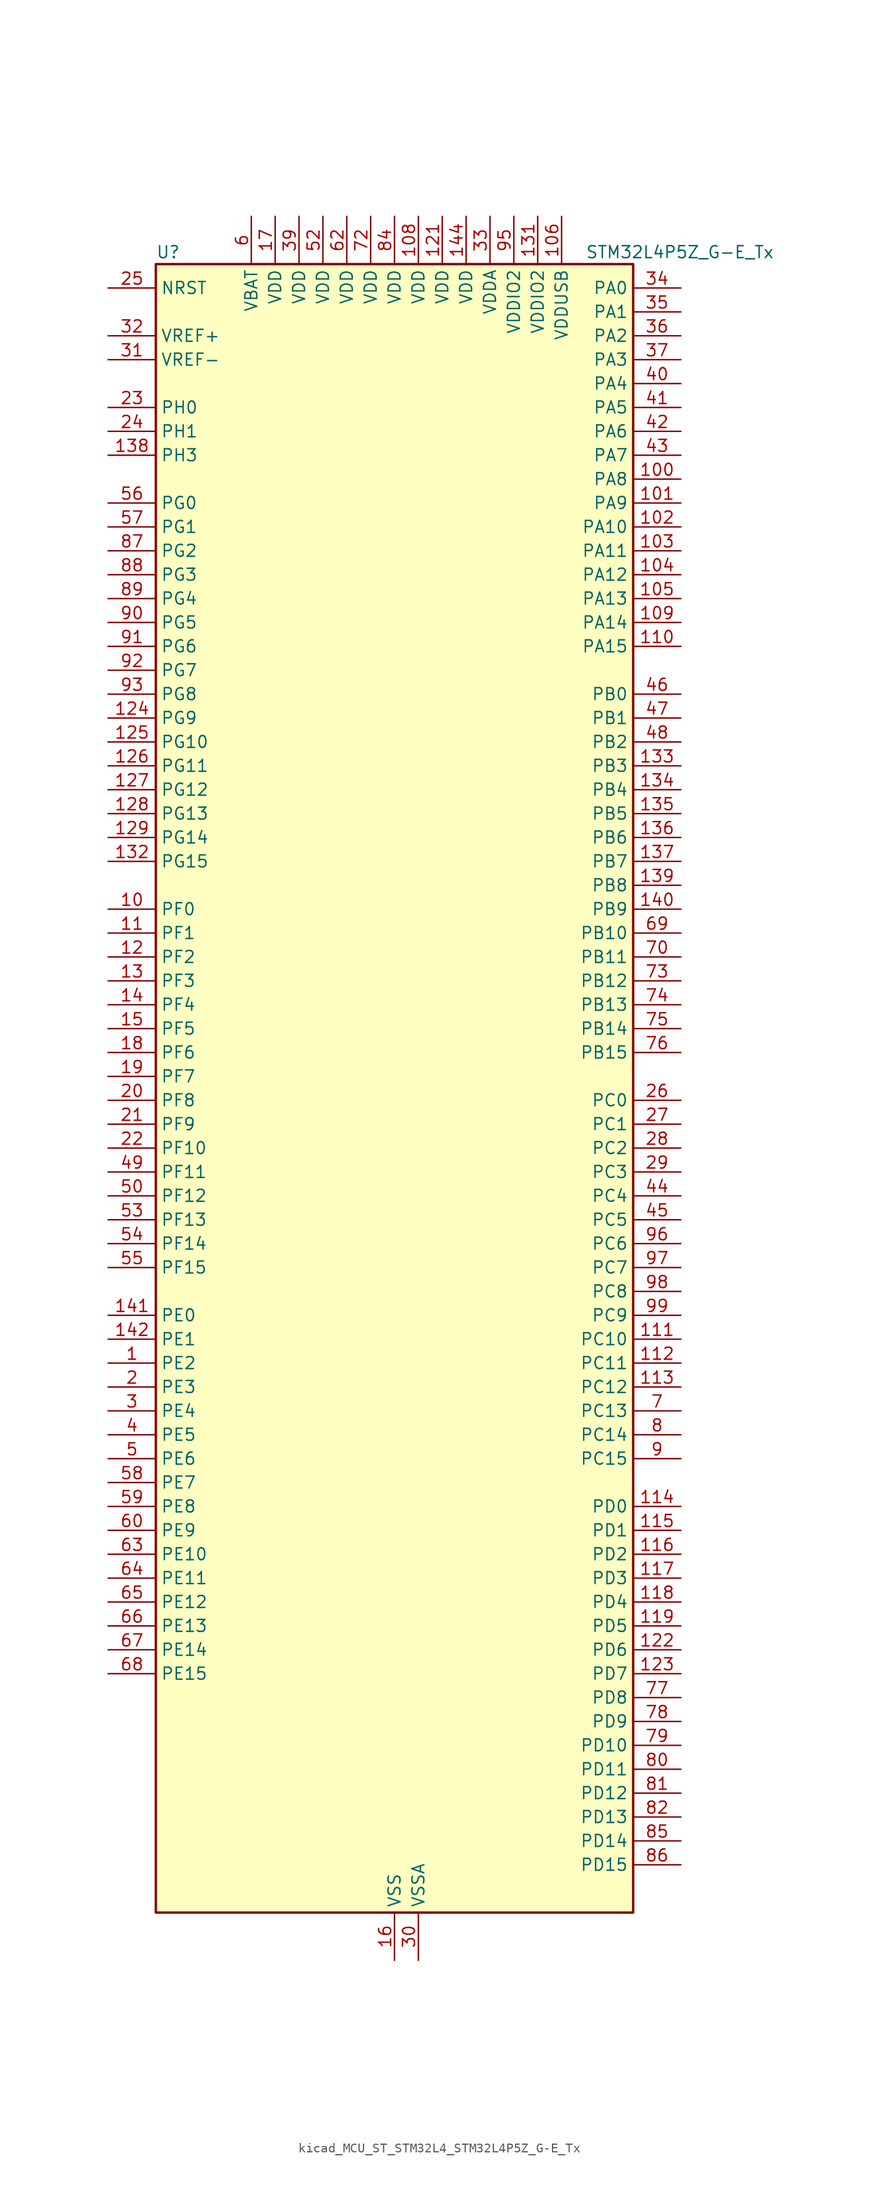
<source format=kicad_sym>
(kicad_symbol_lib
  (version 20220914)
  (generator kicad_symbol_editor)
  (symbol "kicad_MCU_ST_STM32L4_STM32L4P5Z_G-E_Tx"
    (property "Reference" "U"
      (at -25.4 90.17 0)
      (effects (font (size 1.27 1.27)) (justify left)))
    (property "Value" "STM32L4P5Z_G-E_Tx"
      (at 20.32 90.17 0)
      (effects (font (size 1.27 1.27)) (justify left)))
    (property "ki_locked" ""
      (at 0 0 0)
      (effects (font (size 1.27 1.27))))
    (symbol "kicad_MCU_ST_STM32L4_STM32L4P5Z_G-E_Tx_0_1"
      (rectangle (start -25.4 -86.36) (end 25.4 88.9) (stroke (width 0.254) (type default)) (fill (type background))))
    (symbol "kicad_MCU_ST_STM32L4_STM32L4P5Z_G-E_Tx_1_1"
      (pin bidirectional line (at -30.48 -27.94 0) (length 5.08) (name "PE2" (effects (font (size 1.27 1.27)))) (number "1" (effects (font (size 1.27 1.27)))) (alternate "FMC_A23" bidirectional line) (alternate "LTDC_R7" bidirectional line) (alternate "SAI1_CK1" bidirectional line) (alternate "SAI1_MCLK_A" bidirectional line) (alternate "SYS_TRACECLK" bidirectional line) (alternate "TIM3_ETR" bidirectional line) (alternate "TSC_G7_IO1" bidirectional line))
      (pin bidirectional line (at -30.48 20.32 0) (length 5.08) (name "PF0" (effects (font (size 1.27 1.27)))) (number "10" (effects (font (size 1.27 1.27)))) (alternate "FMC_A0" bidirectional line) (alternate "I2C2_SDA" bidirectional line) (alternate "OCTOSPIM_P2_IO0" bidirectional line))
      (pin bidirectional line (at 30.48 66.04 180) (length 5.08) (name "PA8" (effects (font (size 1.27 1.27)))) (number "100" (effects (font (size 1.27 1.27)))) (alternate "LPTIM2_OUT" bidirectional line) (alternate "LTDC_B7" bidirectional line) (alternate "RCC_MCO" bidirectional line) (alternate "SAI1_CK2" bidirectional line) (alternate "SAI1_SCK_A" bidirectional line) (alternate "TIM1_CH1" bidirectional line) (alternate "USART1_CK" bidirectional line) (alternate "USB_OTG_FS_SOF" bidirectional line))
      (pin bidirectional line (at 30.48 63.5 180) (length 5.08) (name "PA9" (effects (font (size 1.27 1.27)))) (number "101" (effects (font (size 1.27 1.27)))) (alternate "DAC1_EXTI9" bidirectional line) (alternate "DCMI_D0" bidirectional line) (alternate "LTDC_G7" bidirectional line) (alternate "PSSI_D0" bidirectional line) (alternate "SAI1_FS_A" bidirectional line) (alternate "SPI2_SCK" bidirectional line) (alternate "TIM15_BKIN" bidirectional line) (alternate "TIM1_CH2" bidirectional line) (alternate "USART1_TX" bidirectional line) (alternate "USB_OTG_FS_VBUS" bidirectional line))
      (pin bidirectional line (at 30.48 60.96 180) (length 5.08) (name "PA10" (effects (font (size 1.27 1.27)))) (number "102" (effects (font (size 1.27 1.27)))) (alternate "DCMI_D1" bidirectional line) (alternate "LTDC_G6" bidirectional line) (alternate "PSSI_D1" bidirectional line) (alternate "SAI1_D1" bidirectional line) (alternate "SAI1_SD_A" bidirectional line) (alternate "TIM17_BKIN" bidirectional line) (alternate "TIM1_CH3" bidirectional line) (alternate "USART1_RX" bidirectional line) (alternate "USB_OTG_FS_ID" bidirectional line))
      (pin bidirectional line (at 30.48 58.42 180) (length 5.08) (name "PA11" (effects (font (size 1.27 1.27)))) (number "103" (effects (font (size 1.27 1.27)))) (alternate "ADC1_EXTI11" bidirectional line) (alternate "ADC2_EXTI11" bidirectional line) (alternate "CAN1_RX" bidirectional line) (alternate "LTDC_DE" bidirectional line) (alternate "SPI1_MISO" bidirectional line) (alternate "TIM1_BKIN2" bidirectional line) (alternate "TIM1_CH4" bidirectional line) (alternate "USART1_CTS" bidirectional line) (alternate "USART1_NSS" bidirectional line) (alternate "USB_OTG_FS_DM" bidirectional line))
      (pin bidirectional line (at 30.48 55.88 180) (length 5.08) (name "PA12" (effects (font (size 1.27 1.27)))) (number "104" (effects (font (size 1.27 1.27)))) (alternate "CAN1_TX" bidirectional line) (alternate "LTDC_VSYNC" bidirectional line) (alternate "OCTOSPIM_P2_NCS" bidirectional line) (alternate "SPI1_MOSI" bidirectional line) (alternate "TIM1_ETR" bidirectional line) (alternate "USART1_DE" bidirectional line) (alternate "USART1_RTS" bidirectional line) (alternate "USB_OTG_FS_DP" bidirectional line))
      (pin bidirectional line (at 30.48 53.34 180) (length 5.08) (name "PA13" (effects (font (size 1.27 1.27)))) (number "105" (effects (font (size 1.27 1.27)))) (alternate "IR_OUT" bidirectional line) (alternate "SAI1_SD_B" bidirectional line) (alternate "SYS_JTMS-SWDIO" bidirectional line) (alternate "USB_OTG_FS_NOE" bidirectional line))
      (pin power_in line (at 17.78 93.98 270) (length 5.08) (name "VDDUSB" (effects (font (size 1.27 1.27)))) (number "106" (effects (font (size 1.27 1.27)))))
      (pin passive line (at 0 -91.44 90) (length 5.08) hide (name "VSS" (effects (font (size 1.27 1.27)))) (number "107" (effects (font (size 1.27 1.27)))))
      (pin power_in line (at 2.54 93.98 270) (length 5.08) (name "VDD" (effects (font (size 1.27 1.27)))) (number "108" (effects (font (size 1.27 1.27)))))
      (pin bidirectional line (at 30.48 50.8 180) (length 5.08) (name "PA14" (effects (font (size 1.27 1.27)))) (number "109" (effects (font (size 1.27 1.27)))) (alternate "I2C1_SMBA" bidirectional line) (alternate "I2C4_SMBA" bidirectional line) (alternate "LPTIM1_OUT" bidirectional line) (alternate "SAI1_FS_B" bidirectional line) (alternate "SYS_JTCK-SWCLK" bidirectional line) (alternate "USB_OTG_FS_SOF" bidirectional line))
      (pin bidirectional line (at -30.48 17.78 0) (length 5.08) (name "PF1" (effects (font (size 1.27 1.27)))) (number "11" (effects (font (size 1.27 1.27)))) (alternate "FMC_A1" bidirectional line) (alternate "I2C2_SCL" bidirectional line) (alternate "OCTOSPIM_P2_IO1" bidirectional line))
      (pin bidirectional line (at 30.48 48.26 180) (length 5.08) (name "PA15" (effects (font (size 1.27 1.27)))) (number "110" (effects (font (size 1.27 1.27)))) (alternate "ADC1_EXTI15" bidirectional line) (alternate "ADC2_EXTI15" bidirectional line) (alternate "LTDC_HSYNC" bidirectional line) (alternate "SAI2_FS_B" bidirectional line) (alternate "SPI1_NSS" bidirectional line) (alternate "SPI3_NSS" bidirectional line) (alternate "SYS_JTDI" bidirectional line) (alternate "TIM2_CH1" bidirectional line) (alternate "TIM2_ETR" bidirectional line) (alternate "TSC_G3_IO1" bidirectional line) (alternate "UART4_DE" bidirectional line) (alternate "UART4_RTS" bidirectional line) (alternate "USART2_RX" bidirectional line) (alternate "USART3_DE" bidirectional line) (alternate "USART3_RTS" bidirectional line))
      (pin bidirectional line (at 30.48 -25.4 180) (length 5.08) (name "PC10" (effects (font (size 1.27 1.27)))) (number "111" (effects (font (size 1.27 1.27)))) (alternate "DCMI_D8" bidirectional line) (alternate "DCMI_VSYNC" bidirectional line) (alternate "PSSI_D8" bidirectional line) (alternate "PSSI_RDY" bidirectional line) (alternate "SAI2_SCK_B" bidirectional line) (alternate "SDMMC1_D2" bidirectional line) (alternate "SPI3_SCK" bidirectional line) (alternate "SYS_TRACED1" bidirectional line) (alternate "TSC_G3_IO2" bidirectional line) (alternate "UART4_TX" bidirectional line) (alternate "USART3_TX" bidirectional line))
      (pin bidirectional line (at 30.48 -27.94 180) (length 5.08) (name "PC11" (effects (font (size 1.27 1.27)))) (number "112" (effects (font (size 1.27 1.27)))) (alternate "ADC1_EXTI11" bidirectional line) (alternate "ADC2_EXTI11" bidirectional line) (alternate "DCMI_D2" bidirectional line) (alternate "DCMI_D4" bidirectional line) (alternate "OCTOSPIM_P1_NCS" bidirectional line) (alternate "PSSI_D2" bidirectional line) (alternate "PSSI_D4" bidirectional line) (alternate "SAI2_MCLK_B" bidirectional line) (alternate "SDMMC1_D3" bidirectional line) (alternate "SPI3_MISO" bidirectional line) (alternate "TSC_G3_IO3" bidirectional line) (alternate "UART4_RX" bidirectional line) (alternate "USART3_RX" bidirectional line))
      (pin bidirectional line (at 30.48 -30.48 180) (length 5.08) (name "PC12" (effects (font (size 1.27 1.27)))) (number "113" (effects (font (size 1.27 1.27)))) (alternate "DCMI_D9" bidirectional line) (alternate "LTDC_R6" bidirectional line) (alternate "PSSI_D9" bidirectional line) (alternate "SAI2_SD_B" bidirectional line) (alternate "SDMMC1_CK" bidirectional line) (alternate "SPI3_MOSI" bidirectional line) (alternate "SYS_TRACED3" bidirectional line) (alternate "TSC_G3_IO4" bidirectional line) (alternate "UART5_TX" bidirectional line) (alternate "USART3_CK" bidirectional line))
      (pin bidirectional line (at 30.48 -43.18 180) (length 5.08) (name "PD0" (effects (font (size 1.27 1.27)))) (number "114" (effects (font (size 1.27 1.27)))) (alternate "CAN1_RX" bidirectional line) (alternate "FMC_D2" bidirectional line) (alternate "FMC_DA2" bidirectional line) (alternate "LTDC_B4" bidirectional line) (alternate "SPI2_NSS" bidirectional line))
      (pin bidirectional line (at 30.48 -45.72 180) (length 5.08) (name "PD1" (effects (font (size 1.27 1.27)))) (number "115" (effects (font (size 1.27 1.27)))) (alternate "CAN1_TX" bidirectional line) (alternate "FMC_D3" bidirectional line) (alternate "FMC_DA3" bidirectional line) (alternate "LTDC_B5" bidirectional line) (alternate "SPI2_SCK" bidirectional line))
      (pin bidirectional line (at 30.48 -48.26 180) (length 5.08) (name "PD2" (effects (font (size 1.27 1.27)))) (number "116" (effects (font (size 1.27 1.27)))) (alternate "DCMI_D11" bidirectional line) (alternate "PSSI_D11" bidirectional line) (alternate "SDMMC1_CMD" bidirectional line) (alternate "SYS_TRACED2" bidirectional line) (alternate "TIM3_ETR" bidirectional line) (alternate "TSC_SYNC" bidirectional line) (alternate "UART5_RX" bidirectional line) (alternate "USART3_DE" bidirectional line) (alternate "USART3_RTS" bidirectional line))
      (pin bidirectional line (at 30.48 -50.8 180) (length 5.08) (name "PD3" (effects (font (size 1.27 1.27)))) (number "117" (effects (font (size 1.27 1.27)))) (alternate "DCMI_D5" bidirectional line) (alternate "DFSDM1_DATIN0" bidirectional line) (alternate "FMC_CLK" bidirectional line) (alternate "LTDC_CLK" bidirectional line) (alternate "OCTOSPIM_P2_NCS" bidirectional line) (alternate "PSSI_D5" bidirectional line) (alternate "SPI2_MISO" bidirectional line) (alternate "SPI2_SCK" bidirectional line) (alternate "USART2_CTS" bidirectional line) (alternate "USART2_NSS" bidirectional line))
      (pin bidirectional line (at 30.48 -53.34 180) (length 5.08) (name "PD4" (effects (font (size 1.27 1.27)))) (number "118" (effects (font (size 1.27 1.27)))) (alternate "DFSDM1_CKIN0" bidirectional line) (alternate "FMC_NOE" bidirectional line) (alternate "OCTOSPIM_P1_IO4" bidirectional line) (alternate "SDMMC2_CKIN" bidirectional line) (alternate "SPI2_MOSI" bidirectional line) (alternate "USART2_DE" bidirectional line) (alternate "USART2_RTS" bidirectional line))
      (pin bidirectional line (at 30.48 -55.88 180) (length 5.08) (name "PD5" (effects (font (size 1.27 1.27)))) (number "119" (effects (font (size 1.27 1.27)))) (alternate "FMC_NWE" bidirectional line) (alternate "OCTOSPIM_P1_IO5" bidirectional line) (alternate "USART2_TX" bidirectional line))
      (pin bidirectional line (at -30.48 15.24 0) (length 5.08) (name "PF2" (effects (font (size 1.27 1.27)))) (number "12" (effects (font (size 1.27 1.27)))) (alternate "FMC_A2" bidirectional line) (alternate "I2C2_SMBA" bidirectional line) (alternate "OCTOSPIM_P2_IO2" bidirectional line))
      (pin passive line (at 0 -91.44 90) (length 5.08) hide (name "VSS" (effects (font (size 1.27 1.27)))) (number "120" (effects (font (size 1.27 1.27)))))
      (pin power_in line (at 5.08 93.98 270) (length 5.08) (name "VDD" (effects (font (size 1.27 1.27)))) (number "121" (effects (font (size 1.27 1.27)))))
      (pin bidirectional line (at 30.48 -58.42 180) (length 5.08) (name "PD6" (effects (font (size 1.27 1.27)))) (number "122" (effects (font (size 1.27 1.27)))) (alternate "DCMI_D10" bidirectional line) (alternate "DFSDM1_DATIN1" bidirectional line) (alternate "FMC_NWAIT" bidirectional line) (alternate "LTDC_DE" bidirectional line) (alternate "OCTOSPIM_P1_IO6" bidirectional line) (alternate "PSSI_D10" bidirectional line) (alternate "SAI1_D1" bidirectional line) (alternate "SAI1_SD_A" bidirectional line) (alternate "SDMMC2_CK" bidirectional line) (alternate "SPI3_MOSI" bidirectional line) (alternate "USART2_RX" bidirectional line))
      (pin bidirectional line (at 30.48 -60.96 180) (length 5.08) (name "PD7" (effects (font (size 1.27 1.27)))) (number "123" (effects (font (size 1.27 1.27)))) (alternate "DFSDM1_CKIN1" bidirectional line) (alternate "FMC_NCE" bidirectional line) (alternate "FMC_NE1" bidirectional line) (alternate "OCTOSPIM_P1_IO7" bidirectional line) (alternate "SDMMC2_CMD" bidirectional line) (alternate "USART2_CK" bidirectional line))
      (pin bidirectional line (at -30.48 40.64 0) (length 5.08) (name "PG9" (effects (font (size 1.27 1.27)))) (number "124" (effects (font (size 1.27 1.27)))) (alternate "DAC1_EXTI9" bidirectional line) (alternate "FMC_NCE" bidirectional line) (alternate "FMC_NE2" bidirectional line) (alternate "OCTOSPIM_P2_IO6" bidirectional line) (alternate "SAI2_SCK_A" bidirectional line) (alternate "SDMMC2_D0" bidirectional line) (alternate "SPI3_SCK" bidirectional line) (alternate "TIM15_CH1N" bidirectional line) (alternate "USART1_TX" bidirectional line))
      (pin bidirectional line (at -30.48 38.1 0) (length 5.08) (name "PG10" (effects (font (size 1.27 1.27)))) (number "125" (effects (font (size 1.27 1.27)))) (alternate "FMC_NE3" bidirectional line) (alternate "LPTIM1_IN1" bidirectional line) (alternate "OCTOSPIM_P2_IO7" bidirectional line) (alternate "SAI2_FS_A" bidirectional line) (alternate "SDMMC2_D1" bidirectional line) (alternate "SPI3_MISO" bidirectional line) (alternate "TIM15_CH1" bidirectional line) (alternate "USART1_RX" bidirectional line))
      (pin bidirectional line (at -30.48 35.56 0) (length 5.08) (name "PG11" (effects (font (size 1.27 1.27)))) (number "126" (effects (font (size 1.27 1.27)))) (alternate "ADC1_EXTI11" bidirectional line) (alternate "ADC2_EXTI11" bidirectional line) (alternate "LPTIM1_IN2" bidirectional line) (alternate "OCTOSPIM_P1_IO5" bidirectional line) (alternate "SAI2_MCLK_A" bidirectional line) (alternate "SDMMC2_D2" bidirectional line) (alternate "SPI3_MOSI" bidirectional line) (alternate "TIM15_CH2" bidirectional line) (alternate "USART1_CTS" bidirectional line) (alternate "USART1_NSS" bidirectional line))
      (pin bidirectional line (at -30.48 33.02 0) (length 5.08) (name "PG12" (effects (font (size 1.27 1.27)))) (number "127" (effects (font (size 1.27 1.27)))) (alternate "FMC_NE4" bidirectional line) (alternate "LPTIM1_ETR" bidirectional line) (alternate "OCTOSPIM_P2_NCS" bidirectional line) (alternate "SAI2_SD_A" bidirectional line) (alternate "SDMMC2_D3" bidirectional line) (alternate "SPI3_NSS" bidirectional line) (alternate "USART1_DE" bidirectional line) (alternate "USART1_RTS" bidirectional line))
      (pin bidirectional line (at -30.48 30.48 0) (length 5.08) (name "PG13" (effects (font (size 1.27 1.27)))) (number "128" (effects (font (size 1.27 1.27)))) (alternate "FMC_A24" bidirectional line) (alternate "I2C1_SDA" bidirectional line) (alternate "LTDC_R0" bidirectional line) (alternate "USART1_CK" bidirectional line))
      (pin bidirectional line (at -30.48 27.94 0) (length 5.08) (name "PG14" (effects (font (size 1.27 1.27)))) (number "129" (effects (font (size 1.27 1.27)))) (alternate "FMC_A25" bidirectional line) (alternate "I2C1_SCL" bidirectional line) (alternate "LTDC_R1" bidirectional line))
      (pin bidirectional line (at -30.48 12.7 0) (length 5.08) (name "PF3" (effects (font (size 1.27 1.27)))) (number "13" (effects (font (size 1.27 1.27)))) (alternate "FMC_A3" bidirectional line) (alternate "OCTOSPIM_P2_IO3" bidirectional line))
      (pin passive line (at 0 -91.44 90) (length 5.08) hide (name "VSS" (effects (font (size 1.27 1.27)))) (number "130" (effects (font (size 1.27 1.27)))))
      (pin power_in line (at 15.24 93.98 270) (length 5.08) (name "VDDIO2" (effects (font (size 1.27 1.27)))) (number "131" (effects (font (size 1.27 1.27)))))
      (pin bidirectional line (at -30.48 25.4 0) (length 5.08) (name "PG15" (effects (font (size 1.27 1.27)))) (number "132" (effects (font (size 1.27 1.27)))) (alternate "ADC1_EXTI15" bidirectional line) (alternate "ADC2_EXTI15" bidirectional line) (alternate "DCMI_D13" bidirectional line) (alternate "I2C1_SMBA" bidirectional line) (alternate "LPTIM1_OUT" bidirectional line) (alternate "OCTOSPIM_P2_DQS" bidirectional line) (alternate "PSSI_D13" bidirectional line))
      (pin bidirectional line (at 30.48 35.56 180) (length 5.08) (name "PB3" (effects (font (size 1.27 1.27)))) (number "133" (effects (font (size 1.27 1.27)))) (alternate "COMP2_INM" bidirectional line) (alternate "CRS_SYNC" bidirectional line) (alternate "OCTOSPIM_P1_IO4" bidirectional line) (alternate "SAI1_SCK_B" bidirectional line) (alternate "SDMMC2_D2" bidirectional line) (alternate "SPI1_SCK" bidirectional line) (alternate "SPI3_SCK" bidirectional line) (alternate "SYS_JTDO-SWO" bidirectional line) (alternate "TIM2_CH2" bidirectional line) (alternate "USART1_DE" bidirectional line) (alternate "USART1_RTS" bidirectional line))
      (pin bidirectional line (at 30.48 33.02 180) (length 5.08) (name "PB4" (effects (font (size 1.27 1.27)))) (number "134" (effects (font (size 1.27 1.27)))) (alternate "COMP2_INP" bidirectional line) (alternate "DCMI_D12" bidirectional line) (alternate "I2C3_SDA" bidirectional line) (alternate "OCTOSPIM_P1_IO5" bidirectional line) (alternate "PSSI_D12" bidirectional line) (alternate "SAI1_MCLK_B" bidirectional line) (alternate "SDMMC2_D3" bidirectional line) (alternate "SPI1_MISO" bidirectional line) (alternate "SPI3_MISO" bidirectional line) (alternate "SYS_JTRST" bidirectional line) (alternate "TIM17_BKIN" bidirectional line) (alternate "TIM3_CH1" bidirectional line) (alternate "TSC_G2_IO1" bidirectional line) (alternate "UART5_DE" bidirectional line) (alternate "UART5_RTS" bidirectional line) (alternate "USART1_CTS" bidirectional line) (alternate "USART1_NSS" bidirectional line))
      (pin bidirectional line (at 30.48 30.48 180) (length 5.08) (name "PB5" (effects (font (size 1.27 1.27)))) (number "135" (effects (font (size 1.27 1.27)))) (alternate "COMP2_OUT" bidirectional line) (alternate "DCMI_D10" bidirectional line) (alternate "I2C1_SMBA" bidirectional line) (alternate "LPTIM1_IN1" bidirectional line) (alternate "OCTOSPIM_P1_IO0" bidirectional line) (alternate "PSSI_D10" bidirectional line) (alternate "SAI1_SD_B" bidirectional line) (alternate "SPI1_MOSI" bidirectional line) (alternate "SPI3_MOSI" bidirectional line) (alternate "TIM16_BKIN" bidirectional line) (alternate "TIM3_CH2" bidirectional line) (alternate "TSC_G2_IO2" bidirectional line) (alternate "UART5_CTS" bidirectional line) (alternate "USART1_CK" bidirectional line))
      (pin bidirectional line (at 30.48 27.94 180) (length 5.08) (name "PB6" (effects (font (size 1.27 1.27)))) (number "136" (effects (font (size 1.27 1.27)))) (alternate "COMP2_INP" bidirectional line) (alternate "DCMI_D5" bidirectional line) (alternate "I2C1_SCL" bidirectional line) (alternate "I2C4_SCL" bidirectional line) (alternate "LPTIM1_ETR" bidirectional line) (alternate "LTDC_R6" bidirectional line) (alternate "PSSI_D5" bidirectional line) (alternate "SAI1_FS_B" bidirectional line) (alternate "TIM16_CH1N" bidirectional line) (alternate "TIM4_CH1" bidirectional line) (alternate "TIM8_BKIN2" bidirectional line) (alternate "TSC_G2_IO3" bidirectional line) (alternate "USART1_TX" bidirectional line))
      (pin bidirectional line (at 30.48 25.4 180) (length 5.08) (name "PB7" (effects (font (size 1.27 1.27)))) (number "137" (effects (font (size 1.27 1.27)))) (alternate "COMP2_INM" bidirectional line) (alternate "DCMI_VSYNC" bidirectional line) (alternate "FMC_NL" bidirectional line) (alternate "I2C1_SDA" bidirectional line) (alternate "I2C4_SDA" bidirectional line) (alternate "LPTIM1_IN2" bidirectional line) (alternate "LTDC_VSYNC" bidirectional line) (alternate "PSSI_RDY" bidirectional line) (alternate "SYS_PVD_IN" bidirectional line) (alternate "TIM17_CH1N" bidirectional line) (alternate "TIM4_CH2" bidirectional line) (alternate "TIM8_BKIN" bidirectional line) (alternate "TSC_G2_IO4" bidirectional line) (alternate "UART4_CTS" bidirectional line) (alternate "USART1_RX" bidirectional line))
      (pin bidirectional line (at -30.48 68.58 0) (length 5.08) (name "PH3" (effects (font (size 1.27 1.27)))) (number "138" (effects (font (size 1.27 1.27)))))
      (pin bidirectional line (at 30.48 22.86 180) (length 5.08) (name "PB8" (effects (font (size 1.27 1.27)))) (number "139" (effects (font (size 1.27 1.27)))) (alternate "CAN1_RX" bidirectional line) (alternate "DCMI_D6" bidirectional line) (alternate "DFSDM1_CKOUT" bidirectional line) (alternate "I2C1_SCL" bidirectional line) (alternate "LTDC_DE" bidirectional line) (alternate "PSSI_D6" bidirectional line) (alternate "SAI1_CK1" bidirectional line) (alternate "SAI1_MCLK_A" bidirectional line) (alternate "SDMMC1_CKIN" bidirectional line) (alternate "SDMMC1_D4" bidirectional line) (alternate "SDMMC2_D4" bidirectional line) (alternate "TIM16_CH1" bidirectional line) (alternate "TIM4_CH3" bidirectional line))
      (pin bidirectional line (at -30.48 10.16 0) (length 5.08) (name "PF4" (effects (font (size 1.27 1.27)))) (number "14" (effects (font (size 1.27 1.27)))) (alternate "FMC_A4" bidirectional line) (alternate "OCTOSPIM_P2_CLK" bidirectional line))
      (pin bidirectional line (at 30.48 20.32 180) (length 5.08) (name "PB9" (effects (font (size 1.27 1.27)))) (number "140" (effects (font (size 1.27 1.27)))) (alternate "CAN1_TX" bidirectional line) (alternate "DAC1_EXTI9" bidirectional line) (alternate "DCMI_D7" bidirectional line) (alternate "I2C1_SDA" bidirectional line) (alternate "IR_OUT" bidirectional line) (alternate "PSSI_D7" bidirectional line) (alternate "SAI1_D2" bidirectional line) (alternate "SAI1_FS_A" bidirectional line) (alternate "SDMMC1_CDIR" bidirectional line) (alternate "SDMMC1_D5" bidirectional line) (alternate "SDMMC2_D5" bidirectional line) (alternate "SPI2_NSS" bidirectional line) (alternate "TIM17_CH1" bidirectional line) (alternate "TIM4_CH4" bidirectional line))
      (pin bidirectional line (at -30.48 -22.86 0) (length 5.08) (name "PE0" (effects (font (size 1.27 1.27)))) (number "141" (effects (font (size 1.27 1.27)))) (alternate "DCMI_D2" bidirectional line) (alternate "FMC_NBL0" bidirectional line) (alternate "LTDC_HSYNC" bidirectional line) (alternate "PSSI_D2" bidirectional line) (alternate "TIM16_CH1" bidirectional line) (alternate "TIM4_ETR" bidirectional line))
      (pin bidirectional line (at -30.48 -25.4 0) (length 5.08) (name "PE1" (effects (font (size 1.27 1.27)))) (number "142" (effects (font (size 1.27 1.27)))) (alternate "DCMI_D3" bidirectional line) (alternate "FMC_NBL1" bidirectional line) (alternate "LTDC_VSYNC" bidirectional line) (alternate "PSSI_D3" bidirectional line) (alternate "TIM17_CH1" bidirectional line))
      (pin passive line (at 0 -91.44 90) (length 5.08) hide (name "VSS" (effects (font (size 1.27 1.27)))) (number "143" (effects (font (size 1.27 1.27)))))
      (pin power_in line (at 7.62 93.98 270) (length 5.08) (name "VDD" (effects (font (size 1.27 1.27)))) (number "144" (effects (font (size 1.27 1.27)))))
      (pin bidirectional line (at -30.48 7.62 0) (length 5.08) (name "PF5" (effects (font (size 1.27 1.27)))) (number "15" (effects (font (size 1.27 1.27)))) (alternate "FMC_A5" bidirectional line) (alternate "OCTOSPIM_P2_NCLK" bidirectional line))
      (pin power_in line (at 0 -91.44 90) (length 5.08) (name "VSS" (effects (font (size 1.27 1.27)))) (number "16" (effects (font (size 1.27 1.27)))))
      (pin power_in line (at -12.7 93.98 270) (length 5.08) (name "VDD" (effects (font (size 1.27 1.27)))) (number "17" (effects (font (size 1.27 1.27)))))
      (pin bidirectional line (at -30.48 5.08 0) (length 5.08) (name "PF6" (effects (font (size 1.27 1.27)))) (number "18" (effects (font (size 1.27 1.27)))) (alternate "OCTOSPIM_P1_IO3" bidirectional line) (alternate "SAI1_SD_B" bidirectional line) (alternate "TIM5_CH1" bidirectional line) (alternate "TIM5_ETR" bidirectional line))
      (pin bidirectional line (at -30.48 2.54 0) (length 5.08) (name "PF7" (effects (font (size 1.27 1.27)))) (number "19" (effects (font (size 1.27 1.27)))) (alternate "OCTOSPIM_P1_IO2" bidirectional line) (alternate "SAI1_MCLK_B" bidirectional line) (alternate "TIM5_CH2" bidirectional line))
      (pin bidirectional line (at -30.48 -30.48 0) (length 5.08) (name "PE3" (effects (font (size 1.27 1.27)))) (number "2" (effects (font (size 1.27 1.27)))) (alternate "FMC_A19" bidirectional line) (alternate "LTDC_R6" bidirectional line) (alternate "OCTOSPIM_P1_DQS" bidirectional line) (alternate "SAI1_SD_B" bidirectional line) (alternate "SYS_TRACED0" bidirectional line) (alternate "TIM3_CH1" bidirectional line) (alternate "TSC_G7_IO2" bidirectional line))
      (pin bidirectional line (at -30.48 0 0) (length 5.08) (name "PF8" (effects (font (size 1.27 1.27)))) (number "20" (effects (font (size 1.27 1.27)))) (alternate "OCTOSPIM_P1_IO0" bidirectional line) (alternate "SAI1_SCK_B" bidirectional line) (alternate "TIM5_CH3" bidirectional line))
      (pin bidirectional line (at -30.48 -2.54 0) (length 5.08) (name "PF9" (effects (font (size 1.27 1.27)))) (number "21" (effects (font (size 1.27 1.27)))) (alternate "DAC1_EXTI9" bidirectional line) (alternate "OCTOSPIM_P1_IO1" bidirectional line) (alternate "SAI1_FS_B" bidirectional line) (alternate "TIM15_CH1" bidirectional line) (alternate "TIM5_CH4" bidirectional line))
      (pin bidirectional line (at -30.48 -5.08 0) (length 5.08) (name "PF10" (effects (font (size 1.27 1.27)))) (number "22" (effects (font (size 1.27 1.27)))) (alternate "DCMI_D11" bidirectional line) (alternate "DFSDM1_CKOUT" bidirectional line) (alternate "OCTOSPIM_P1_CLK" bidirectional line) (alternate "PSSI_D11" bidirectional line) (alternate "PSSI_D15" bidirectional line) (alternate "SAI1_D3" bidirectional line) (alternate "TIM15_CH2" bidirectional line))
      (pin bidirectional line (at -30.48 73.66 0) (length 5.08) (name "PH0" (effects (font (size 1.27 1.27)))) (number "23" (effects (font (size 1.27 1.27)))) (alternate "RCC_OSC_IN" bidirectional line))
      (pin bidirectional line (at -30.48 71.12 0) (length 5.08) (name "PH1" (effects (font (size 1.27 1.27)))) (number "24" (effects (font (size 1.27 1.27)))) (alternate "RCC_OSC_OUT" bidirectional line))
      (pin input line (at -30.48 86.36 0) (length 5.08) (name "NRST" (effects (font (size 1.27 1.27)))) (number "25" (effects (font (size 1.27 1.27)))))
      (pin bidirectional line (at 30.48 0 180) (length 5.08) (name "PC0" (effects (font (size 1.27 1.27)))) (number "26" (effects (font (size 1.27 1.27)))) (alternate "ADC1_IN1" bidirectional line) (alternate "ADC2_IN1" bidirectional line) (alternate "I2C3_SCL" bidirectional line) (alternate "LPTIM1_IN1" bidirectional line) (alternate "LPTIM2_IN1" bidirectional line) (alternate "LPUART1_RX" bidirectional line) (alternate "LTDC_DE" bidirectional line) (alternate "SAI2_FS_A" bidirectional line) (alternate "SDMMC1_CMD" bidirectional line) (alternate "SDMMC2_CKIN" bidirectional line))
      (pin bidirectional line (at 30.48 -2.54 180) (length 5.08) (name "PC1" (effects (font (size 1.27 1.27)))) (number "27" (effects (font (size 1.27 1.27)))) (alternate "ADC1_IN2" bidirectional line) (alternate "ADC2_IN2" bidirectional line) (alternate "I2C3_SDA" bidirectional line) (alternate "LPTIM1_OUT" bidirectional line) (alternate "LPUART1_TX" bidirectional line) (alternate "OCTOSPIM_P1_IO4" bidirectional line) (alternate "SAI1_SD_A" bidirectional line) (alternate "SPI2_MOSI" bidirectional line) (alternate "SYS_TRACED0" bidirectional line))
      (pin bidirectional line (at 30.48 -5.08 180) (length 5.08) (name "PC2" (effects (font (size 1.27 1.27)))) (number "28" (effects (font (size 1.27 1.27)))) (alternate "ADC1_IN3" bidirectional line) (alternate "ADC2_IN3" bidirectional line) (alternate "DFSDM1_CKOUT" bidirectional line) (alternate "LPTIM1_IN2" bidirectional line) (alternate "LTDC_HSYNC" bidirectional line) (alternate "OCTOSPIM_P1_IO5" bidirectional line) (alternate "SPI2_MISO" bidirectional line))
      (pin bidirectional line (at 30.48 -7.62 180) (length 5.08) (name "PC3" (effects (font (size 1.27 1.27)))) (number "29" (effects (font (size 1.27 1.27)))) (alternate "ADC1_IN4" bidirectional line) (alternate "ADC2_IN4" bidirectional line) (alternate "LPTIM1_ETR" bidirectional line) (alternate "LPTIM2_ETR" bidirectional line) (alternate "OCTOSPIM_P1_IO6" bidirectional line) (alternate "SAI1_D1" bidirectional line) (alternate "SAI1_SD_A" bidirectional line) (alternate "SPI2_MOSI" bidirectional line))
      (pin bidirectional line (at -30.48 -33.02 0) (length 5.08) (name "PE4" (effects (font (size 1.27 1.27)))) (number "3" (effects (font (size 1.27 1.27)))) (alternate "DCMI_D4" bidirectional line) (alternate "DFSDM1_DATIN3" bidirectional line) (alternate "FMC_A20" bidirectional line) (alternate "LTDC_B7" bidirectional line) (alternate "PSSI_D4" bidirectional line) (alternate "SAI1_D2" bidirectional line) (alternate "SAI1_FS_A" bidirectional line) (alternate "SYS_TRACED1" bidirectional line) (alternate "TIM3_CH2" bidirectional line) (alternate "TSC_G7_IO3" bidirectional line))
      (pin power_in line (at 2.54 -91.44 90) (length 5.08) (name "VSSA" (effects (font (size 1.27 1.27)))) (number "30" (effects (font (size 1.27 1.27)))))
      (pin input line (at -30.48 78.74 0) (length 5.08) (name "VREF-" (effects (font (size 1.27 1.27)))) (number "31" (effects (font (size 1.27 1.27)))))
      (pin input line (at -30.48 81.28 0) (length 5.08) (name "VREF+" (effects (font (size 1.27 1.27)))) (number "32" (effects (font (size 1.27 1.27)))) (alternate "VREFBUF_OUT" bidirectional line))
      (pin power_in line (at 10.16 93.98 270) (length 5.08) (name "VDDA" (effects (font (size 1.27 1.27)))) (number "33" (effects (font (size 1.27 1.27)))))
      (pin bidirectional line (at 30.48 86.36 180) (length 5.08) (name "PA0" (effects (font (size 1.27 1.27)))) (number "34" (effects (font (size 1.27 1.27)))) (alternate "ADC1_IN5" bidirectional line) (alternate "ADC2_IN5" bidirectional line) (alternate "OPAMP1_VINP" bidirectional line) (alternate "RTC_TAMP2" bidirectional line) (alternate "SAI1_EXTCLK" bidirectional line) (alternate "SYS_WKUP1" bidirectional line) (alternate "TIM2_CH1" bidirectional line) (alternate "TIM2_ETR" bidirectional line) (alternate "TIM5_CH1" bidirectional line) (alternate "TIM8_ETR" bidirectional line) (alternate "UART4_TX" bidirectional line) (alternate "USART2_CTS" bidirectional line) (alternate "USART2_NSS" bidirectional line))
      (pin bidirectional line (at 30.48 83.82 180) (length 5.08) (name "PA1" (effects (font (size 1.27 1.27)))) (number "35" (effects (font (size 1.27 1.27)))) (alternate "ADC1_IN6" bidirectional line) (alternate "ADC2_IN6" bidirectional line) (alternate "I2C1_SMBA" bidirectional line) (alternate "OCTOSPIM_P1_DQS" bidirectional line) (alternate "OPAMP1_VINM" bidirectional line) (alternate "SDMMC2_CMD" bidirectional line) (alternate "SPI1_SCK" bidirectional line) (alternate "TIM15_CH1N" bidirectional line) (alternate "TIM2_CH2" bidirectional line) (alternate "TIM5_CH2" bidirectional line) (alternate "UART4_RX" bidirectional line) (alternate "USART2_DE" bidirectional line) (alternate "USART2_RTS" bidirectional line))
      (pin bidirectional line (at 30.48 81.28 180) (length 5.08) (name "PA2" (effects (font (size 1.27 1.27)))) (number "36" (effects (font (size 1.27 1.27)))) (alternate "ADC1_IN7" bidirectional line) (alternate "ADC2_IN7" bidirectional line) (alternate "LPUART1_TX" bidirectional line) (alternate "OCTOSPIM_P1_NCS" bidirectional line) (alternate "RCC_LSCO" bidirectional line) (alternate "SAI2_EXTCLK" bidirectional line) (alternate "SYS_WKUP4" bidirectional line) (alternate "TIM15_CH1" bidirectional line) (alternate "TIM2_CH3" bidirectional line) (alternate "TIM5_CH3" bidirectional line) (alternate "USART2_TX" bidirectional line))
      (pin bidirectional line (at 30.48 78.74 180) (length 5.08) (name "PA3" (effects (font (size 1.27 1.27)))) (number "37" (effects (font (size 1.27 1.27)))) (alternate "ADC1_IN8" bidirectional line) (alternate "ADC2_IN8" bidirectional line) (alternate "LPUART1_RX" bidirectional line) (alternate "OCTOSPIM_P1_CLK" bidirectional line) (alternate "OPAMP1_VOUT" bidirectional line) (alternate "SAI1_CK1" bidirectional line) (alternate "SAI1_MCLK_A" bidirectional line) (alternate "TIM15_CH2" bidirectional line) (alternate "TIM2_CH4" bidirectional line) (alternate "TIM5_CH4" bidirectional line) (alternate "USART2_RX" bidirectional line))
      (pin passive line (at 0 -91.44 90) (length 5.08) hide (name "VSS" (effects (font (size 1.27 1.27)))) (number "38" (effects (font (size 1.27 1.27)))))
      (pin power_in line (at -10.16 93.98 270) (length 5.08) (name "VDD" (effects (font (size 1.27 1.27)))) (number "39" (effects (font (size 1.27 1.27)))))
      (pin bidirectional line (at -30.48 -35.56 0) (length 5.08) (name "PE5" (effects (font (size 1.27 1.27)))) (number "4" (effects (font (size 1.27 1.27)))) (alternate "DCMI_D6" bidirectional line) (alternate "DFSDM1_CKIN3" bidirectional line) (alternate "FMC_A21" bidirectional line) (alternate "LTDC_G7" bidirectional line) (alternate "PSSI_D6" bidirectional line) (alternate "SAI1_CK2" bidirectional line) (alternate "SAI1_SCK_A" bidirectional line) (alternate "SYS_TRACED2" bidirectional line) (alternate "TIM3_CH3" bidirectional line) (alternate "TSC_G7_IO4" bidirectional line))
      (pin bidirectional line (at 30.48 76.2 180) (length 5.08) (name "PA4" (effects (font (size 1.27 1.27)))) (number "40" (effects (font (size 1.27 1.27)))) (alternate "ADC1_IN9" bidirectional line) (alternate "ADC2_IN9" bidirectional line) (alternate "DAC1_OUT1" bidirectional line) (alternate "DCMI_HSYNC" bidirectional line) (alternate "LPTIM2_OUT" bidirectional line) (alternate "LTDC_CLK" bidirectional line) (alternate "OCTOSPIM_P1_NCS" bidirectional line) (alternate "PSSI_DE" bidirectional line) (alternate "SAI1_FS_B" bidirectional line) (alternate "SPI1_NSS" bidirectional line) (alternate "SPI3_NSS" bidirectional line) (alternate "USART2_CK" bidirectional line))
      (pin bidirectional line (at 30.48 73.66 180) (length 5.08) (name "PA5" (effects (font (size 1.27 1.27)))) (number "41" (effects (font (size 1.27 1.27)))) (alternate "ADC1_IN10" bidirectional line) (alternate "ADC2_IN10" bidirectional line) (alternate "DAC1_OUT2" bidirectional line) (alternate "LPTIM2_ETR" bidirectional line) (alternate "LTDC_R7" bidirectional line) (alternate "PSSI_D14" bidirectional line) (alternate "SPI1_SCK" bidirectional line) (alternate "TIM2_CH1" bidirectional line) (alternate "TIM2_ETR" bidirectional line) (alternate "TIM8_CH1N" bidirectional line))
      (pin bidirectional line (at 30.48 71.12 180) (length 5.08) (name "PA6" (effects (font (size 1.27 1.27)))) (number "42" (effects (font (size 1.27 1.27)))) (alternate "ADC1_IN11" bidirectional line) (alternate "ADC2_IN11" bidirectional line) (alternate "DCMI_PIXCLK" bidirectional line) (alternate "LPUART1_CTS" bidirectional line) (alternate "OCTOSPIM_P1_IO3" bidirectional line) (alternate "OPAMP2_VINP" bidirectional line) (alternate "PSSI_PDCK" bidirectional line) (alternate "SPI1_MISO" bidirectional line) (alternate "TIM16_CH1" bidirectional line) (alternate "TIM1_BKIN" bidirectional line) (alternate "TIM3_CH1" bidirectional line) (alternate "TIM8_BKIN" bidirectional line) (alternate "USART3_CTS" bidirectional line) (alternate "USART3_NSS" bidirectional line))
      (pin bidirectional line (at 30.48 68.58 180) (length 5.08) (name "PA7" (effects (font (size 1.27 1.27)))) (number "43" (effects (font (size 1.27 1.27)))) (alternate "ADC1_IN12" bidirectional line) (alternate "ADC2_IN12" bidirectional line) (alternate "I2C3_SCL" bidirectional line) (alternate "OCTOSPIM_P1_IO2" bidirectional line) (alternate "OPAMP2_VINM" bidirectional line) (alternate "SPI1_MOSI" bidirectional line) (alternate "TIM17_CH1" bidirectional line) (alternate "TIM1_CH1N" bidirectional line) (alternate "TIM3_CH2" bidirectional line) (alternate "TIM8_CH1N" bidirectional line))
      (pin bidirectional line (at 30.48 -10.16 180) (length 5.08) (name "PC4" (effects (font (size 1.27 1.27)))) (number "44" (effects (font (size 1.27 1.27)))) (alternate "ADC1_IN13" bidirectional line) (alternate "ADC2_IN13" bidirectional line) (alternate "COMP1_INM" bidirectional line) (alternate "OCTOSPIM_P1_IO7" bidirectional line) (alternate "OCTOSPIM_P2_NCS" bidirectional line) (alternate "USART3_TX" bidirectional line))
      (pin bidirectional line (at 30.48 -12.7 180) (length 5.08) (name "PC5" (effects (font (size 1.27 1.27)))) (number "45" (effects (font (size 1.27 1.27)))) (alternate "ADC1_IN14" bidirectional line) (alternate "ADC2_IN14" bidirectional line) (alternate "COMP1_INP" bidirectional line) (alternate "LTDC_CLK" bidirectional line) (alternate "PSSI_D15" bidirectional line) (alternate "SAI1_D3" bidirectional line) (alternate "SYS_WKUP5" bidirectional line) (alternate "USART3_RX" bidirectional line))
      (pin bidirectional line (at 30.48 43.18 180) (length 5.08) (name "PB0" (effects (font (size 1.27 1.27)))) (number "46" (effects (font (size 1.27 1.27)))) (alternate "ADC1_IN15" bidirectional line) (alternate "ADC2_IN15" bidirectional line) (alternate "COMP1_OUT" bidirectional line) (alternate "LTDC_B6" bidirectional line) (alternate "OCTOSPIM_P1_IO1" bidirectional line) (alternate "OPAMP2_VOUT" bidirectional line) (alternate "SAI1_EXTCLK" bidirectional line) (alternate "SPI1_NSS" bidirectional line) (alternate "TIM1_CH2N" bidirectional line) (alternate "TIM3_CH3" bidirectional line) (alternate "TIM8_CH2N" bidirectional line) (alternate "USART3_CK" bidirectional line))
      (pin bidirectional line (at 30.48 40.64 180) (length 5.08) (name "PB1" (effects (font (size 1.27 1.27)))) (number "47" (effects (font (size 1.27 1.27)))) (alternate "ADC1_IN16" bidirectional line) (alternate "ADC2_IN16" bidirectional line) (alternate "COMP1_INM" bidirectional line) (alternate "DFSDM1_DATIN0" bidirectional line) (alternate "LPTIM2_IN1" bidirectional line) (alternate "LPUART1_DE" bidirectional line) (alternate "LPUART1_RTS" bidirectional line) (alternate "LTDC_G6" bidirectional line) (alternate "OCTOSPIM_P1_IO0" bidirectional line) (alternate "TIM1_CH3N" bidirectional line) (alternate "TIM3_CH4" bidirectional line) (alternate "TIM8_CH3N" bidirectional line) (alternate "USART3_DE" bidirectional line) (alternate "USART3_RTS" bidirectional line))
      (pin bidirectional line (at 30.48 38.1 180) (length 5.08) (name "PB2" (effects (font (size 1.27 1.27)))) (number "48" (effects (font (size 1.27 1.27)))) (alternate "COMP1_INP" bidirectional line) (alternate "DFSDM1_CKIN0" bidirectional line) (alternate "I2C3_SMBA" bidirectional line) (alternate "LPTIM1_OUT" bidirectional line) (alternate "OCTOSPIM_P1_DQS" bidirectional line) (alternate "RTC_OUT2" bidirectional line))
      (pin bidirectional line (at -30.48 -7.62 0) (length 5.08) (name "PF11" (effects (font (size 1.27 1.27)))) (number "49" (effects (font (size 1.27 1.27)))) (alternate "ADC1_EXTI11" bidirectional line) (alternate "ADC2_EXTI11" bidirectional line) (alternate "DCMI_D12" bidirectional line) (alternate "LTDC_DE" bidirectional line) (alternate "OCTOSPIM_P1_NCLK" bidirectional line) (alternate "PSSI_D12" bidirectional line))
      (pin bidirectional line (at -30.48 -38.1 0) (length 5.08) (name "PE6" (effects (font (size 1.27 1.27)))) (number "5" (effects (font (size 1.27 1.27)))) (alternate "DCMI_D7" bidirectional line) (alternate "FMC_A22" bidirectional line) (alternate "LTDC_G6" bidirectional line) (alternate "PSSI_D7" bidirectional line) (alternate "RTC_TAMP3" bidirectional line) (alternate "SAI1_D1" bidirectional line) (alternate "SAI1_SD_A" bidirectional line) (alternate "SYS_TRACED3" bidirectional line) (alternate "SYS_WKUP3" bidirectional line) (alternate "TIM3_CH4" bidirectional line))
      (pin bidirectional line (at -30.48 -10.16 0) (length 5.08) (name "PF12" (effects (font (size 1.27 1.27)))) (number "50" (effects (font (size 1.27 1.27)))) (alternate "FMC_A6" bidirectional line) (alternate "LTDC_B0" bidirectional line) (alternate "OCTOSPIM_P2_DQS" bidirectional line))
      (pin passive line (at 0 -91.44 90) (length 5.08) hide (name "VSS" (effects (font (size 1.27 1.27)))) (number "51" (effects (font (size 1.27 1.27)))))
      (pin power_in line (at -7.62 93.98 270) (length 5.08) (name "VDD" (effects (font (size 1.27 1.27)))) (number "52" (effects (font (size 1.27 1.27)))))
      (pin bidirectional line (at -30.48 -12.7 0) (length 5.08) (name "PF13" (effects (font (size 1.27 1.27)))) (number "53" (effects (font (size 1.27 1.27)))) (alternate "FMC_A7" bidirectional line) (alternate "I2C4_SMBA" bidirectional line) (alternate "LTDC_B1" bidirectional line))
      (pin bidirectional line (at -30.48 -15.24 0) (length 5.08) (name "PF14" (effects (font (size 1.27 1.27)))) (number "54" (effects (font (size 1.27 1.27)))) (alternate "FMC_A8" bidirectional line) (alternate "I2C4_SCL" bidirectional line) (alternate "LTDC_G0" bidirectional line) (alternate "TSC_G8_IO1" bidirectional line))
      (pin bidirectional line (at -30.48 -17.78 0) (length 5.08) (name "PF15" (effects (font (size 1.27 1.27)))) (number "55" (effects (font (size 1.27 1.27)))) (alternate "ADC1_EXTI15" bidirectional line) (alternate "ADC2_EXTI15" bidirectional line) (alternate "FMC_A9" bidirectional line) (alternate "I2C4_SDA" bidirectional line) (alternate "LTDC_G1" bidirectional line) (alternate "TSC_G8_IO2" bidirectional line))
      (pin bidirectional line (at -30.48 63.5 0) (length 5.08) (name "PG0" (effects (font (size 1.27 1.27)))) (number "56" (effects (font (size 1.27 1.27)))) (alternate "FMC_A10" bidirectional line) (alternate "OCTOSPIM_P2_IO4" bidirectional line) (alternate "TSC_G8_IO3" bidirectional line))
      (pin bidirectional line (at -30.48 60.96 0) (length 5.08) (name "PG1" (effects (font (size 1.27 1.27)))) (number "57" (effects (font (size 1.27 1.27)))) (alternate "FMC_A11" bidirectional line) (alternate "OCTOSPIM_P2_IO5" bidirectional line) (alternate "TSC_G8_IO4" bidirectional line))
      (pin bidirectional line (at -30.48 -40.64 0) (length 5.08) (name "PE7" (effects (font (size 1.27 1.27)))) (number "58" (effects (font (size 1.27 1.27)))) (alternate "DFSDM1_DATIN2" bidirectional line) (alternate "FMC_D4" bidirectional line) (alternate "FMC_DA4" bidirectional line) (alternate "LTDC_B6" bidirectional line) (alternate "SAI1_SD_B" bidirectional line) (alternate "TIM1_ETR" bidirectional line))
      (pin bidirectional line (at -30.48 -43.18 0) (length 5.08) (name "PE8" (effects (font (size 1.27 1.27)))) (number "59" (effects (font (size 1.27 1.27)))) (alternate "DFSDM1_CKIN2" bidirectional line) (alternate "FMC_D5" bidirectional line) (alternate "FMC_DA5" bidirectional line) (alternate "LTDC_B7" bidirectional line) (alternate "SAI1_SCK_B" bidirectional line) (alternate "TIM1_CH1N" bidirectional line))
      (pin power_in line (at -15.24 93.98 270) (length 5.08) (name "VBAT" (effects (font (size 1.27 1.27)))) (number "6" (effects (font (size 1.27 1.27)))))
      (pin bidirectional line (at -30.48 -45.72 0) (length 5.08) (name "PE9" (effects (font (size 1.27 1.27)))) (number "60" (effects (font (size 1.27 1.27)))) (alternate "DAC1_EXTI9" bidirectional line) (alternate "DFSDM1_CKOUT" bidirectional line) (alternate "FMC_D6" bidirectional line) (alternate "FMC_DA6" bidirectional line) (alternate "LTDC_G2" bidirectional line) (alternate "OCTOSPIM_P1_NCLK" bidirectional line) (alternate "SAI1_FS_B" bidirectional line) (alternate "TIM1_CH1" bidirectional line))
      (pin passive line (at 0 -91.44 90) (length 5.08) hide (name "VSS" (effects (font (size 1.27 1.27)))) (number "61" (effects (font (size 1.27 1.27)))))
      (pin power_in line (at -5.08 93.98 270) (length 5.08) (name "VDD" (effects (font (size 1.27 1.27)))) (number "62" (effects (font (size 1.27 1.27)))))
      (pin bidirectional line (at -30.48 -48.26 0) (length 5.08) (name "PE10" (effects (font (size 1.27 1.27)))) (number "63" (effects (font (size 1.27 1.27)))) (alternate "FMC_D7" bidirectional line) (alternate "FMC_DA7" bidirectional line) (alternate "LTDC_G3" bidirectional line) (alternate "OCTOSPIM_P1_CLK" bidirectional line) (alternate "SAI1_MCLK_B" bidirectional line) (alternate "TIM1_CH2N" bidirectional line) (alternate "TSC_G5_IO1" bidirectional line))
      (pin bidirectional line (at -30.48 -50.8 0) (length 5.08) (name "PE11" (effects (font (size 1.27 1.27)))) (number "64" (effects (font (size 1.27 1.27)))) (alternate "ADC1_EXTI11" bidirectional line) (alternate "ADC2_EXTI11" bidirectional line) (alternate "FMC_D8" bidirectional line) (alternate "FMC_DA8" bidirectional line) (alternate "LTDC_G4" bidirectional line) (alternate "OCTOSPIM_P1_NCS" bidirectional line) (alternate "TIM1_CH2" bidirectional line) (alternate "TSC_G5_IO2" bidirectional line))
      (pin bidirectional line (at -30.48 -53.34 0) (length 5.08) (name "PE12" (effects (font (size 1.27 1.27)))) (number "65" (effects (font (size 1.27 1.27)))) (alternate "FMC_D9" bidirectional line) (alternate "FMC_DA9" bidirectional line) (alternate "LTDC_G5" bidirectional line) (alternate "OCTOSPIM_P1_IO0" bidirectional line) (alternate "SPI1_NSS" bidirectional line) (alternate "TIM1_CH3N" bidirectional line) (alternate "TSC_G5_IO3" bidirectional line))
      (pin bidirectional line (at -30.48 -55.88 0) (length 5.08) (name "PE13" (effects (font (size 1.27 1.27)))) (number "66" (effects (font (size 1.27 1.27)))) (alternate "FMC_D10" bidirectional line) (alternate "FMC_DA10" bidirectional line) (alternate "LTDC_G6" bidirectional line) (alternate "OCTOSPIM_P1_IO1" bidirectional line) (alternate "SPI1_SCK" bidirectional line) (alternate "TIM1_CH3" bidirectional line) (alternate "TSC_G5_IO4" bidirectional line))
      (pin bidirectional line (at -30.48 -58.42 0) (length 5.08) (name "PE14" (effects (font (size 1.27 1.27)))) (number "67" (effects (font (size 1.27 1.27)))) (alternate "FMC_D11" bidirectional line) (alternate "FMC_DA11" bidirectional line) (alternate "LTDC_G7" bidirectional line) (alternate "OCTOSPIM_P1_IO2" bidirectional line) (alternate "SPI1_MISO" bidirectional line) (alternate "TIM1_BKIN2" bidirectional line) (alternate "TIM1_CH4" bidirectional line))
      (pin bidirectional line (at -30.48 -60.96 0) (length 5.08) (name "PE15" (effects (font (size 1.27 1.27)))) (number "68" (effects (font (size 1.27 1.27)))) (alternate "ADC1_EXTI15" bidirectional line) (alternate "ADC2_EXTI15" bidirectional line) (alternate "FMC_D12" bidirectional line) (alternate "FMC_DA12" bidirectional line) (alternate "LTDC_R2" bidirectional line) (alternate "OCTOSPIM_P1_IO3" bidirectional line) (alternate "SPI1_MOSI" bidirectional line) (alternate "TIM1_BKIN" bidirectional line))
      (pin bidirectional line (at 30.48 17.78 180) (length 5.08) (name "PB10" (effects (font (size 1.27 1.27)))) (number "69" (effects (font (size 1.27 1.27)))) (alternate "COMP1_OUT" bidirectional line) (alternate "I2C2_SCL" bidirectional line) (alternate "I2C4_SCL" bidirectional line) (alternate "LPUART1_RX" bidirectional line) (alternate "OCTOSPIM_P1_CLK" bidirectional line) (alternate "OCTOSPIM_P1_IO3" bidirectional line) (alternate "SAI1_SCK_A" bidirectional line) (alternate "SPI2_SCK" bidirectional line) (alternate "TIM2_CH3" bidirectional line) (alternate "TSC_SYNC" bidirectional line) (alternate "USART3_TX" bidirectional line))
      (pin bidirectional line (at 30.48 -33.02 180) (length 5.08) (name "PC13" (effects (font (size 1.27 1.27)))) (number "7" (effects (font (size 1.27 1.27)))) (alternate "RTC_OUT1" bidirectional line) (alternate "RTC_TAMP1" bidirectional line) (alternate "RTC_TS" bidirectional line) (alternate "SYS_WKUP2" bidirectional line))
      (pin bidirectional line (at 30.48 15.24 180) (length 5.08) (name "PB11" (effects (font (size 1.27 1.27)))) (number "70" (effects (font (size 1.27 1.27)))) (alternate "ADC1_EXTI11" bidirectional line) (alternate "ADC2_EXTI11" bidirectional line) (alternate "COMP2_OUT" bidirectional line) (alternate "I2C2_SDA" bidirectional line) (alternate "I2C4_SDA" bidirectional line) (alternate "LPUART1_TX" bidirectional line) (alternate "LTDC_VSYNC" bidirectional line) (alternate "OCTOSPIM_P1_NCS" bidirectional line) (alternate "TIM2_CH4" bidirectional line) (alternate "USART3_RX" bidirectional line))
      (pin passive line (at 0 -91.44 90) (length 5.08) hide (name "VSS" (effects (font (size 1.27 1.27)))) (number "71" (effects (font (size 1.27 1.27)))))
      (pin power_in line (at -2.54 93.98 270) (length 5.08) (name "VDD" (effects (font (size 1.27 1.27)))) (number "72" (effects (font (size 1.27 1.27)))))
      (pin bidirectional line (at 30.48 12.7 180) (length 5.08) (name "PB12" (effects (font (size 1.27 1.27)))) (number "73" (effects (font (size 1.27 1.27)))) (alternate "DFSDM1_DATIN1" bidirectional line) (alternate "I2C2_SMBA" bidirectional line) (alternate "LPUART1_DE" bidirectional line) (alternate "LPUART1_RTS" bidirectional line) (alternate "OCTOSPIM_P1_NCLK" bidirectional line) (alternate "SAI2_FS_A" bidirectional line) (alternate "SDMMC2_CK" bidirectional line) (alternate "SPI2_NSS" bidirectional line) (alternate "TIM15_BKIN" bidirectional line) (alternate "TIM1_BKIN" bidirectional line) (alternate "TSC_G1_IO1" bidirectional line) (alternate "USART3_CK" bidirectional line))
      (pin bidirectional line (at 30.48 10.16 180) (length 5.08) (name "PB13" (effects (font (size 1.27 1.27)))) (number "74" (effects (font (size 1.27 1.27)))) (alternate "DFSDM1_CKIN1" bidirectional line) (alternate "I2C2_SCL" bidirectional line) (alternate "LPUART1_CTS" bidirectional line) (alternate "OCTOSPIM_P1_IO1" bidirectional line) (alternate "SAI2_SCK_A" bidirectional line) (alternate "SPI2_SCK" bidirectional line) (alternate "TIM15_CH1N" bidirectional line) (alternate "TIM1_CH1N" bidirectional line) (alternate "TSC_G1_IO2" bidirectional line) (alternate "USART3_CTS" bidirectional line) (alternate "USART3_NSS" bidirectional line))
      (pin bidirectional line (at 30.48 7.62 180) (length 5.08) (name "PB14" (effects (font (size 1.27 1.27)))) (number "75" (effects (font (size 1.27 1.27)))) (alternate "DFSDM1_DATIN2" bidirectional line) (alternate "I2C2_SDA" bidirectional line) (alternate "OCTOSPIM_P1_IO6" bidirectional line) (alternate "SAI2_MCLK_A" bidirectional line) (alternate "SDMMC2_D0" bidirectional line) (alternate "SPI2_MISO" bidirectional line) (alternate "TIM15_CH1" bidirectional line) (alternate "TIM1_CH2N" bidirectional line) (alternate "TIM8_CH2N" bidirectional line) (alternate "TSC_G1_IO3" bidirectional line) (alternate "USART3_DE" bidirectional line) (alternate "USART3_RTS" bidirectional line))
      (pin bidirectional line (at 30.48 5.08 180) (length 5.08) (name "PB15" (effects (font (size 1.27 1.27)))) (number "76" (effects (font (size 1.27 1.27)))) (alternate "ADC1_EXTI15" bidirectional line) (alternate "ADC2_EXTI15" bidirectional line) (alternate "DFSDM1_CKIN2" bidirectional line) (alternate "OCTOSPIM_P1_IO7" bidirectional line) (alternate "RTC_REFIN" bidirectional line) (alternate "SAI2_SD_A" bidirectional line) (alternate "SDMMC2_D1" bidirectional line) (alternate "SPI2_MOSI" bidirectional line) (alternate "TIM15_CH2" bidirectional line) (alternate "TIM1_CH3N" bidirectional line) (alternate "TIM8_CH3N" bidirectional line) (alternate "TSC_G1_IO4" bidirectional line))
      (pin bidirectional line (at 30.48 -63.5 180) (length 5.08) (name "PD8" (effects (font (size 1.27 1.27)))) (number "77" (effects (font (size 1.27 1.27)))) (alternate "DCMI_HSYNC" bidirectional line) (alternate "FMC_D13" bidirectional line) (alternate "FMC_DA13" bidirectional line) (alternate "LTDC_R3" bidirectional line) (alternate "PSSI_DE" bidirectional line) (alternate "USART3_TX" bidirectional line))
      (pin bidirectional line (at 30.48 -66.04 180) (length 5.08) (name "PD9" (effects (font (size 1.27 1.27)))) (number "78" (effects (font (size 1.27 1.27)))) (alternate "DAC1_EXTI9" bidirectional line) (alternate "DCMI_PIXCLK" bidirectional line) (alternate "FMC_D14" bidirectional line) (alternate "FMC_DA14" bidirectional line) (alternate "LTDC_R4" bidirectional line) (alternate "PSSI_PDCK" bidirectional line) (alternate "SAI2_MCLK_A" bidirectional line) (alternate "USART3_RX" bidirectional line))
      (pin bidirectional line (at 30.48 -68.58 180) (length 5.08) (name "PD10" (effects (font (size 1.27 1.27)))) (number "79" (effects (font (size 1.27 1.27)))) (alternate "FMC_D15" bidirectional line) (alternate "FMC_DA15" bidirectional line) (alternate "LTDC_R5" bidirectional line) (alternate "SAI2_SCK_A" bidirectional line) (alternate "TSC_G6_IO1" bidirectional line) (alternate "USART3_CK" bidirectional line))
      (pin bidirectional line (at 30.48 -35.56 180) (length 5.08) (name "PC14" (effects (font (size 1.27 1.27)))) (number "8" (effects (font (size 1.27 1.27)))) (alternate "RCC_OSC32_IN" bidirectional line))
      (pin bidirectional line (at 30.48 -71.12 180) (length 5.08) (name "PD11" (effects (font (size 1.27 1.27)))) (number "80" (effects (font (size 1.27 1.27)))) (alternate "ADC1_EXTI11" bidirectional line) (alternate "ADC2_EXTI11" bidirectional line) (alternate "FMC_A16" bidirectional line) (alternate "FMC_CLE" bidirectional line) (alternate "I2C4_SMBA" bidirectional line) (alternate "LPTIM2_ETR" bidirectional line) (alternate "LTDC_R6" bidirectional line) (alternate "SAI2_SD_A" bidirectional line) (alternate "TSC_G6_IO2" bidirectional line) (alternate "USART3_CTS" bidirectional line) (alternate "USART3_NSS" bidirectional line))
      (pin bidirectional line (at 30.48 -73.66 180) (length 5.08) (name "PD12" (effects (font (size 1.27 1.27)))) (number "81" (effects (font (size 1.27 1.27)))) (alternate "FMC_A17" bidirectional line) (alternate "FMC_ALE" bidirectional line) (alternate "I2C4_SCL" bidirectional line) (alternate "LPTIM2_IN1" bidirectional line) (alternate "LTDC_R7" bidirectional line) (alternate "SAI2_FS_A" bidirectional line) (alternate "TIM4_CH1" bidirectional line) (alternate "TSC_G6_IO3" bidirectional line) (alternate "USART3_DE" bidirectional line) (alternate "USART3_RTS" bidirectional line))
      (pin bidirectional line (at 30.48 -76.2 180) (length 5.08) (name "PD13" (effects (font (size 1.27 1.27)))) (number "82" (effects (font (size 1.27 1.27)))) (alternate "FMC_A18" bidirectional line) (alternate "I2C4_SDA" bidirectional line) (alternate "LPTIM2_OUT" bidirectional line) (alternate "TIM4_CH2" bidirectional line) (alternate "TSC_G6_IO4" bidirectional line))
      (pin passive line (at 0 -91.44 90) (length 5.08) hide (name "VSS" (effects (font (size 1.27 1.27)))) (number "83" (effects (font (size 1.27 1.27)))))
      (pin power_in line (at 0 93.98 270) (length 5.08) (name "VDD" (effects (font (size 1.27 1.27)))) (number "84" (effects (font (size 1.27 1.27)))))
      (pin bidirectional line (at 30.48 -78.74 180) (length 5.08) (name "PD14" (effects (font (size 1.27 1.27)))) (number "85" (effects (font (size 1.27 1.27)))) (alternate "FMC_D0" bidirectional line) (alternate "FMC_DA0" bidirectional line) (alternate "LTDC_B2" bidirectional line) (alternate "TIM4_CH3" bidirectional line))
      (pin bidirectional line (at 30.48 -81.28 180) (length 5.08) (name "PD15" (effects (font (size 1.27 1.27)))) (number "86" (effects (font (size 1.27 1.27)))) (alternate "ADC1_EXTI15" bidirectional line) (alternate "ADC2_EXTI15" bidirectional line) (alternate "FMC_D1" bidirectional line) (alternate "FMC_DA1" bidirectional line) (alternate "LTDC_B3" bidirectional line) (alternate "TIM4_CH4" bidirectional line))
      (pin bidirectional line (at -30.48 58.42 0) (length 5.08) (name "PG2" (effects (font (size 1.27 1.27)))) (number "87" (effects (font (size 1.27 1.27)))) (alternate "FMC_A12" bidirectional line) (alternate "SAI2_SCK_B" bidirectional line) (alternate "SDMMC2_D4" bidirectional line) (alternate "SPI1_SCK" bidirectional line))
      (pin bidirectional line (at -30.48 55.88 0) (length 5.08) (name "PG3" (effects (font (size 1.27 1.27)))) (number "88" (effects (font (size 1.27 1.27)))) (alternate "FMC_A13" bidirectional line) (alternate "SAI2_FS_B" bidirectional line) (alternate "SDMMC2_D5" bidirectional line) (alternate "SPI1_MISO" bidirectional line))
      (pin bidirectional line (at -30.48 53.34 0) (length 5.08) (name "PG4" (effects (font (size 1.27 1.27)))) (number "89" (effects (font (size 1.27 1.27)))) (alternate "FMC_A14" bidirectional line) (alternate "SAI2_MCLK_B" bidirectional line) (alternate "SDMMC2_D6" bidirectional line) (alternate "SPI1_MOSI" bidirectional line))
      (pin bidirectional line (at 30.48 -38.1 180) (length 5.08) (name "PC15" (effects (font (size 1.27 1.27)))) (number "9" (effects (font (size 1.27 1.27)))) (alternate "ADC1_EXTI15" bidirectional line) (alternate "ADC2_EXTI15" bidirectional line) (alternate "RCC_OSC32_OUT" bidirectional line))
      (pin bidirectional line (at -30.48 50.8 0) (length 5.08) (name "PG5" (effects (font (size 1.27 1.27)))) (number "90" (effects (font (size 1.27 1.27)))) (alternate "FMC_A15" bidirectional line) (alternate "LPUART1_CTS" bidirectional line) (alternate "SAI2_SD_B" bidirectional line) (alternate "SDMMC2_D7" bidirectional line) (alternate "SPI1_NSS" bidirectional line))
      (pin bidirectional line (at -30.48 48.26 0) (length 5.08) (name "PG6" (effects (font (size 1.27 1.27)))) (number "91" (effects (font (size 1.27 1.27)))) (alternate "I2C3_SMBA" bidirectional line) (alternate "LPUART1_DE" bidirectional line) (alternate "LPUART1_RTS" bidirectional line) (alternate "LTDC_R1" bidirectional line) (alternate "OCTOSPIM_P1_DQS" bidirectional line))
      (pin bidirectional line (at -30.48 45.72 0) (length 5.08) (name "PG7" (effects (font (size 1.27 1.27)))) (number "92" (effects (font (size 1.27 1.27)))) (alternate "DFSDM1_CKOUT" bidirectional line) (alternate "FMC_INT" bidirectional line) (alternate "I2C3_SCL" bidirectional line) (alternate "LPUART1_TX" bidirectional line) (alternate "OCTOSPIM_P2_DQS" bidirectional line) (alternate "SAI1_CK1" bidirectional line) (alternate "SAI1_MCLK_A" bidirectional line))
      (pin bidirectional line (at -30.48 43.18 0) (length 5.08) (name "PG8" (effects (font (size 1.27 1.27)))) (number "93" (effects (font (size 1.27 1.27)))) (alternate "I2C3_SDA" bidirectional line) (alternate "LPUART1_RX" bidirectional line))
      (pin passive line (at 0 -91.44 90) (length 5.08) hide (name "VSS" (effects (font (size 1.27 1.27)))) (number "94" (effects (font (size 1.27 1.27)))))
      (pin power_in line (at 12.7 93.98 270) (length 5.08) (name "VDDIO2" (effects (font (size 1.27 1.27)))) (number "95" (effects (font (size 1.27 1.27)))))
      (pin bidirectional line (at 30.48 -15.24 180) (length 5.08) (name "PC6" (effects (font (size 1.27 1.27)))) (number "96" (effects (font (size 1.27 1.27)))) (alternate "DCMI_D0" bidirectional line) (alternate "DFSDM1_CKIN3" bidirectional line) (alternate "LTDC_G7" bidirectional line) (alternate "PSSI_D0" bidirectional line) (alternate "SAI2_MCLK_A" bidirectional line) (alternate "SDMMC1_D0DIR" bidirectional line) (alternate "SDMMC1_D6" bidirectional line) (alternate "SDMMC2_D6" bidirectional line) (alternate "TIM3_CH1" bidirectional line) (alternate "TIM8_CH1" bidirectional line) (alternate "TSC_G4_IO1" bidirectional line))
      (pin bidirectional line (at 30.48 -17.78 180) (length 5.08) (name "PC7" (effects (font (size 1.27 1.27)))) (number "97" (effects (font (size 1.27 1.27)))) (alternate "DCMI_D1" bidirectional line) (alternate "DFSDM1_DATIN3" bidirectional line) (alternate "LTDC_B6" bidirectional line) (alternate "PSSI_D1" bidirectional line) (alternate "SAI2_MCLK_B" bidirectional line) (alternate "SDMMC1_D123DIR" bidirectional line) (alternate "SDMMC1_D7" bidirectional line) (alternate "SDMMC2_D7" bidirectional line) (alternate "TIM3_CH2" bidirectional line) (alternate "TIM8_CH2" bidirectional line) (alternate "TSC_G4_IO2" bidirectional line))
      (pin bidirectional line (at 30.48 -20.32 180) (length 5.08) (name "PC8" (effects (font (size 1.27 1.27)))) (number "98" (effects (font (size 1.27 1.27)))) (alternate "DCMI_D2" bidirectional line) (alternate "PSSI_D2" bidirectional line) (alternate "SDMMC1_D0" bidirectional line) (alternate "TIM3_CH3" bidirectional line) (alternate "TIM8_CH3" bidirectional line) (alternate "TSC_G4_IO3" bidirectional line))
      (pin bidirectional line (at 30.48 -22.86 180) (length 5.08) (name "PC9" (effects (font (size 1.27 1.27)))) (number "99" (effects (font (size 1.27 1.27)))) (alternate "DAC1_EXTI9" bidirectional line) (alternate "DCMI_D3" bidirectional line) (alternate "I2C3_SDA" bidirectional line) (alternate "PSSI_D3" bidirectional line) (alternate "SAI2_EXTCLK" bidirectional line) (alternate "SDMMC1_D1" bidirectional line) (alternate "SYS_TRACED0" bidirectional line) (alternate "TIM3_CH4" bidirectional line) (alternate "TIM8_BKIN2" bidirectional line) (alternate "TIM8_CH4" bidirectional line) (alternate "TSC_G4_IO4" bidirectional line) (alternate "USB_OTG_FS_NOE" bidirectional line)))))
</source>
